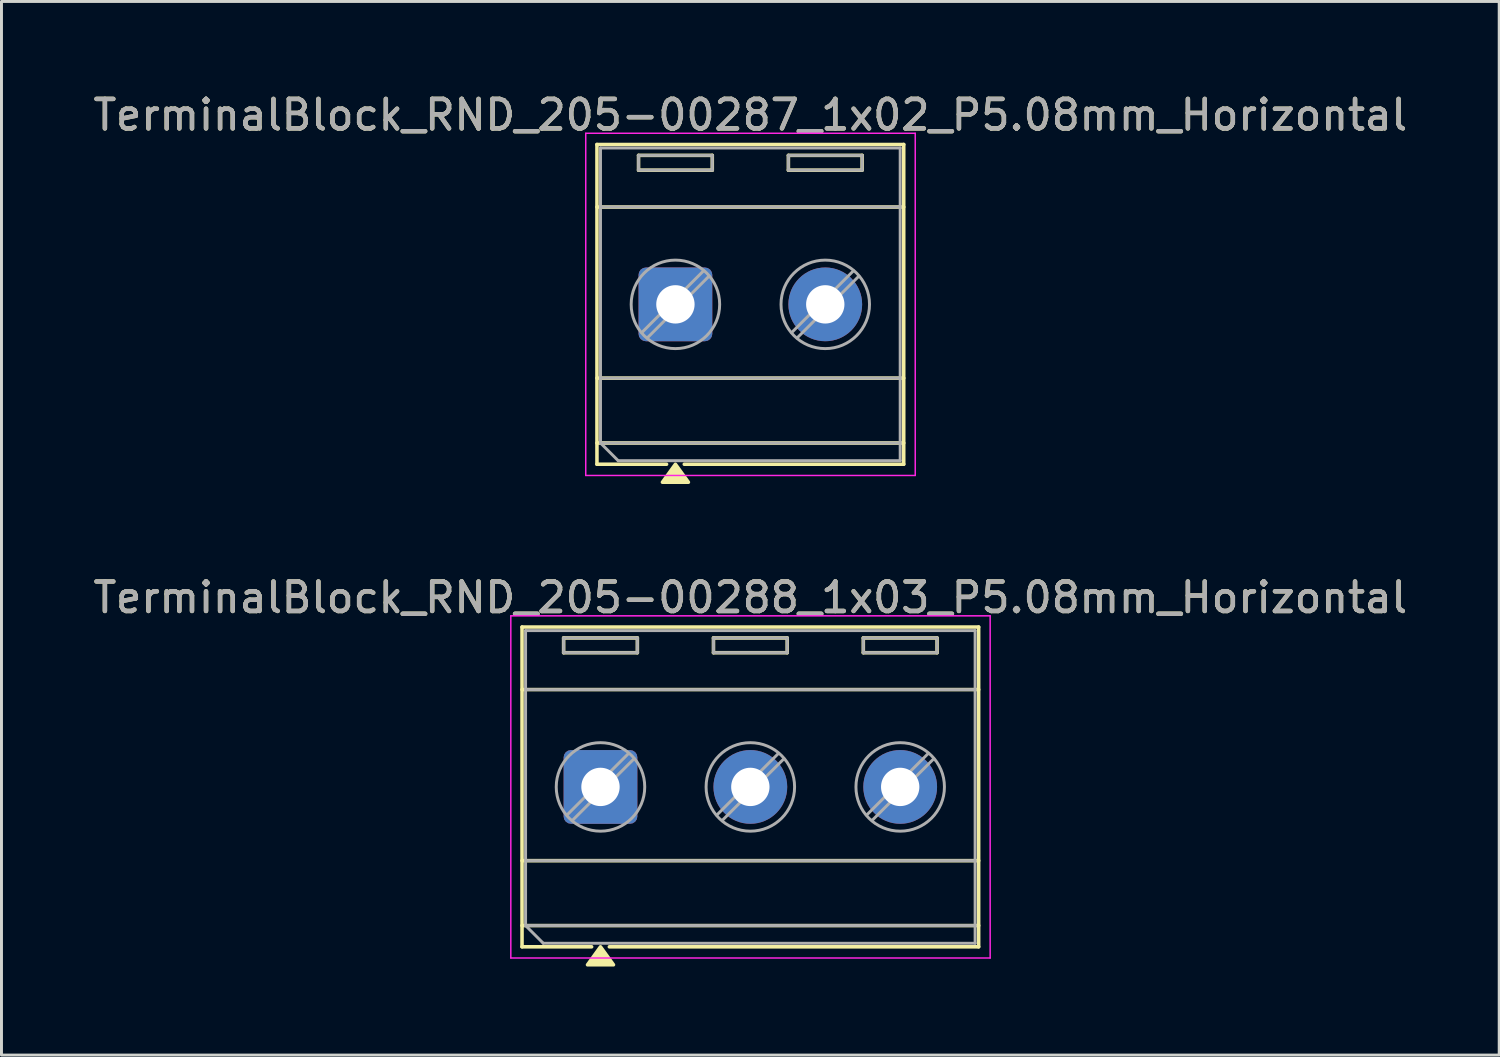
<source format=kicad_pcb>
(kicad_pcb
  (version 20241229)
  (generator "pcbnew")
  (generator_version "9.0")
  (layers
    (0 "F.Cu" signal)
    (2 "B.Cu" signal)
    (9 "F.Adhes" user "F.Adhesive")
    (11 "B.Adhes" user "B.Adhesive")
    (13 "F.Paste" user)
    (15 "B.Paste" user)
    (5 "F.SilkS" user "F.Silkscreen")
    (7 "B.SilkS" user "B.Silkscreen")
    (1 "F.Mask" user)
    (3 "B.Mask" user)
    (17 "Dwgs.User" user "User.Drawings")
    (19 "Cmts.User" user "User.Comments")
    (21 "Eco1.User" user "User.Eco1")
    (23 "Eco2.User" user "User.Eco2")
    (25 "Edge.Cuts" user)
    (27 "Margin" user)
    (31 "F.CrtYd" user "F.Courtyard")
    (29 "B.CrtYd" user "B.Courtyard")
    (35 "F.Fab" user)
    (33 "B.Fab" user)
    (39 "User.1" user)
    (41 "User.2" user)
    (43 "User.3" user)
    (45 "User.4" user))
  (footprint "TerminalBlock_RND_205-00287_1x02_P5.08mm_Horizontal"
    (layer "F.Cu")
    (at 19.847 7.268)
    (property "Reference" "TerminalBlock_RND_205-00287_1x02_P5.08mm_Horizontal" (at 2.54 -6.42 0) (layer "F.SilkS") (effects (font (size 1 1) (thickness 0.15))))
    (attr through_hole)
    (fp_line (start -2.66 -5.42) (end -2.66 5.42) (stroke (width 0.12) (type solid)) (layer "F.SilkS"))
    (fp_line (start -2.66 -5.42) (end 7.74 -5.42) (stroke (width 0.12) (type solid)) (layer "F.SilkS"))
    (fp_line (start -2.66 -3.3) (end 7.74 -3.3) (stroke (width 0.12) (type solid)) (layer "F.SilkS"))
    (fp_line (start -2.66 2.5) (end 7.74 2.5) (stroke (width 0.12) (type solid)) (layer "F.SilkS"))
    (fp_line (start -2.66 4.7) (end 7.74 4.7) (stroke (width 0.12) (type solid)) (layer "F.SilkS"))
    (fp_line (start -2.66 5.42) (end -0.3 5.42) (stroke (width 0.12) (type solid)) (layer "F.SilkS"))
    (fp_line (start -1.25 -5.05) (end -1.25 -4.55) (stroke (width 0.12) (type solid)) (layer "F.SilkS"))
    (fp_line (start -1.25 -5.05) (end 1.25 -5.05) (stroke (width 0.12) (type solid)) (layer "F.SilkS"))
    (fp_line (start -1.25 -4.55) (end 1.25 -4.55) (stroke (width 0.12) (type solid)) (layer "F.SilkS"))
    (fp_line (start 0.3 5.42) (end 7.74 5.42) (stroke (width 0.12) (type solid)) (layer "F.SilkS"))
    (fp_line (start 1.25 -5.05) (end 1.25 -4.55) (stroke (width 0.12) (type solid)) (layer "F.SilkS"))
    (fp_line (start 3.83 -5.05) (end 3.83 -4.55) (stroke (width 0.12) (type solid)) (layer "F.SilkS"))
    (fp_line (start 3.83 -5.05) (end 6.33 -5.05) (stroke (width 0.12) (type solid)) (layer "F.SilkS"))
    (fp_line (start 3.83 -4.55) (end 6.33 -4.55) (stroke (width 0.12) (type solid)) (layer "F.SilkS"))
    (fp_line (start 6.33 -5.05) (end 6.33 -4.55) (stroke (width 0.12) (type solid)) (layer "F.SilkS"))
    (fp_line (start 7.74 -5.42) (end 7.74 5.42) (stroke (width 0.12) (type solid)) (layer "F.SilkS"))
    (fp_poly (pts (xy 0 5.42) (xy 0.44 6.03) (xy -0.44 6.03)) (stroke (width 0.12) (type solid)) (fill yes) (layer "F.SilkS"))
    (fp_line (start -3.04 -5.8) (end -3.04 5.8) (stroke (width 0.05) (type solid)) (layer "F.CrtYd"))
    (fp_line (start -3.04 5.8) (end 8.13 5.8) (stroke (width 0.05) (type solid)) (layer "F.CrtYd"))
    (fp_line (start 8.13 -5.8) (end -3.04 -5.8) (stroke (width 0.05) (type solid)) (layer "F.CrtYd"))
    (fp_line (start 8.13 5.8) (end 8.13 -5.8) (stroke (width 0.05) (type solid)) (layer "F.CrtYd"))
    (fp_line (start -2.54 -5.3) (end 7.62 -5.3) (stroke (width 0.1) (type solid)) (layer "F.Fab"))
    (fp_line (start -2.54 -3.3) (end 7.62 -3.3) (stroke (width 0.1) (type solid)) (layer "F.Fab"))
    (fp_line (start -2.54 2.5) (end 7.62 2.5) (stroke (width 0.1) (type solid)) (layer "F.Fab"))
    (fp_line (start -2.54 4.7) (end -2.54 -5.3) (stroke (width 0.1) (type solid)) (layer "F.Fab"))
    (fp_line (start -2.54 4.7) (end 7.62 4.7) (stroke (width 0.1) (type solid)) (layer "F.Fab"))
    (fp_line (start -1.94 5.3) (end -2.54 4.7) (stroke (width 0.1) (type solid)) (layer "F.Fab"))
    (fp_line (start -1.25 -5.05) (end -1.25 -4.55) (stroke (width 0.1) (type solid)) (layer "F.Fab"))
    (fp_line (start -1.25 -4.55) (end 1.25 -4.55) (stroke (width 0.1) (type solid)) (layer "F.Fab"))
    (fp_line (start 0.955 -1.138) (end -1.138 0.955) (stroke (width 0.1) (type solid)) (layer "F.Fab"))
    (fp_line (start 1.138 -0.955) (end -0.955 1.138) (stroke (width 0.1) (type solid)) (layer "F.Fab"))
    (fp_line (start 1.25 -5.05) (end -1.25 -5.05) (stroke (width 0.1) (type solid)) (layer "F.Fab"))
    (fp_line (start 1.25 -4.55) (end 1.25 -5.05) (stroke (width 0.1) (type solid)) (layer "F.Fab"))
    (fp_line (start 3.83 -5.05) (end 3.83 -4.55) (stroke (width 0.1) (type solid)) (layer "F.Fab"))
    (fp_line (start 3.83 -4.55) (end 6.33 -4.55) (stroke (width 0.1) (type solid)) (layer "F.Fab"))
    (fp_line (start 6.035 -1.138) (end 3.942 0.955) (stroke (width 0.1) (type solid)) (layer "F.Fab"))
    (fp_line (start 6.218 -0.955) (end 4.125 1.138) (stroke (width 0.1) (type solid)) (layer "F.Fab"))
    (fp_line (start 6.33 -5.05) (end 3.83 -5.05) (stroke (width 0.1) (type solid)) (layer "F.Fab"))
    (fp_line (start 6.33 -4.55) (end 6.33 -5.05) (stroke (width 0.1) (type solid)) (layer "F.Fab"))
    (fp_line (start 7.62 -5.3) (end 7.62 5.3) (stroke (width 0.1) (type solid)) (layer "F.Fab"))
    (fp_line (start 7.62 5.3) (end -1.94 5.3) (stroke (width 0.1) (type solid)) (layer "F.Fab"))
    (fp_circle (center 0 0) (end 1.5 0) (stroke (width 0.1) (type solid)) (fill no) (layer "F.Fab"))
    (fp_circle (center 5.08 0) (end 6.58 0) (stroke (width 0.1) (type solid)) (fill no) (layer "F.Fab"))
    (fp_text user "${REFERENCE}" (at 2.54 -6.42 0) (layer "F.Fab") (effects (font (size 1 1) (thickness 0.15))))
    (pad "1" thru_hole roundrect (at 0 0) (size 2.5 2.5) (drill 1.3) (layers "*.Cu" "*.Mask") (roundrect_rratio 0.1))
    (pad "2" thru_hole circle (at 5.08 0) (size 2.5 2.5) (drill 1.3) (layers "*.Cu" "*.Mask")))
  (footprint "TerminalBlock_RND_205-00288_1x03_P5.08mm_Horizontal"
    (layer "F.Cu")
    (at 17.307 23.627)
    (property "Reference" "TerminalBlock_RND_205-00288_1x03_P5.08mm_Horizontal" (at 5.08 -6.42 0) (layer "F.SilkS") (effects (font (size 1 1) (thickness 0.15))))
    (attr through_hole)
    (fp_line (start -2.66 -5.42) (end -2.66 5.42) (stroke (width 0.12) (type solid)) (layer "F.SilkS"))
    (fp_line (start -2.66 -5.42) (end 12.82 -5.42) (stroke (width 0.12) (type solid)) (layer "F.SilkS"))
    (fp_line (start -2.66 -3.3) (end 12.82 -3.3) (stroke (width 0.12) (type solid)) (layer "F.SilkS"))
    (fp_line (start -2.66 2.5) (end 12.82 2.5) (stroke (width 0.12) (type solid)) (layer "F.SilkS"))
    (fp_line (start -2.66 4.7) (end 12.82 4.7) (stroke (width 0.12) (type solid)) (layer "F.SilkS"))
    (fp_line (start -2.66 5.42) (end -0.3 5.42) (stroke (width 0.12) (type solid)) (layer "F.SilkS"))
    (fp_line (start -1.25 -5.05) (end -1.25 -4.55) (stroke (width 0.12) (type solid)) (layer "F.SilkS"))
    (fp_line (start -1.25 -5.05) (end 1.25 -5.05) (stroke (width 0.12) (type solid)) (layer "F.SilkS"))
    (fp_line (start -1.25 -4.55) (end 1.25 -4.55) (stroke (width 0.12) (type solid)) (layer "F.SilkS"))
    (fp_line (start 0.3 5.42) (end 12.82 5.42) (stroke (width 0.12) (type solid)) (layer "F.SilkS"))
    (fp_line (start 1.25 -5.05) (end 1.25 -4.55) (stroke (width 0.12) (type solid)) (layer "F.SilkS"))
    (fp_line (start 3.83 -5.05) (end 3.83 -4.55) (stroke (width 0.12) (type solid)) (layer "F.SilkS"))
    (fp_line (start 3.83 -5.05) (end 6.33 -5.05) (stroke (width 0.12) (type solid)) (layer "F.SilkS"))
    (fp_line (start 3.83 -4.55) (end 6.33 -4.55) (stroke (width 0.12) (type solid)) (layer "F.SilkS"))
    (fp_line (start 6.33 -5.05) (end 6.33 -4.55) (stroke (width 0.12) (type solid)) (layer "F.SilkS"))
    (fp_line (start 8.91 -5.05) (end 8.91 -4.55) (stroke (width 0.12) (type solid)) (layer "F.SilkS"))
    (fp_line (start 8.91 -5.05) (end 11.41 -5.05) (stroke (width 0.12) (type solid)) (layer "F.SilkS"))
    (fp_line (start 8.91 -4.55) (end 11.41 -4.55) (stroke (width 0.12) (type solid)) (layer "F.SilkS"))
    (fp_line (start 11.41 -5.05) (end 11.41 -4.55) (stroke (width 0.12) (type solid)) (layer "F.SilkS"))
    (fp_line (start 12.82 -5.42) (end 12.82 5.42) (stroke (width 0.12) (type solid)) (layer "F.SilkS"))
    (fp_poly (pts (xy 0 5.42) (xy 0.44 6.03) (xy -0.44 6.03)) (stroke (width 0.12) (type solid)) (fill yes) (layer "F.SilkS"))
    (fp_line (start -3.04 -5.8) (end -3.04 5.8) (stroke (width 0.05) (type solid)) (layer "F.CrtYd"))
    (fp_line (start -3.04 5.8) (end 13.21 5.8) (stroke (width 0.05) (type solid)) (layer "F.CrtYd"))
    (fp_line (start 13.21 -5.8) (end -3.04 -5.8) (stroke (width 0.05) (type solid)) (layer "F.CrtYd"))
    (fp_line (start 13.21 5.8) (end 13.21 -5.8) (stroke (width 0.05) (type solid)) (layer "F.CrtYd"))
    (fp_line (start -2.54 -5.3) (end 12.7 -5.3) (stroke (width 0.1) (type solid)) (layer "F.Fab"))
    (fp_line (start -2.54 -3.3) (end 12.7 -3.3) (stroke (width 0.1) (type solid)) (layer "F.Fab"))
    (fp_line (start -2.54 2.5) (end 12.7 2.5) (stroke (width 0.1) (type solid)) (layer "F.Fab"))
    (fp_line (start -2.54 4.7) (end -2.54 -5.3) (stroke (width 0.1) (type solid)) (layer "F.Fab"))
    (fp_line (start -2.54 4.7) (end 12.7 4.7) (stroke (width 0.1) (type solid)) (layer "F.Fab"))
    (fp_line (start -1.94 5.3) (end -2.54 4.7) (stroke (width 0.1) (type solid)) (layer "F.Fab"))
    (fp_line (start -1.25 -5.05) (end -1.25 -4.55) (stroke (width 0.1) (type solid)) (layer "F.Fab"))
    (fp_line (start -1.25 -4.55) (end 1.25 -4.55) (stroke (width 0.1) (type solid)) (layer "F.Fab"))
    (fp_line (start 0.955 -1.138) (end -1.138 0.955) (stroke (width 0.1) (type solid)) (layer "F.Fab"))
    (fp_line (start 1.138 -0.955) (end -0.955 1.138) (stroke (width 0.1) (type solid)) (layer "F.Fab"))
    (fp_line (start 1.25 -5.05) (end -1.25 -5.05) (stroke (width 0.1) (type solid)) (layer "F.Fab"))
    (fp_line (start 1.25 -4.55) (end 1.25 -5.05) (stroke (width 0.1) (type solid)) (layer "F.Fab"))
    (fp_line (start 3.83 -5.05) (end 3.83 -4.55) (stroke (width 0.1) (type solid)) (layer "F.Fab"))
    (fp_line (start 3.83 -4.55) (end 6.33 -4.55) (stroke (width 0.1) (type solid)) (layer "F.Fab"))
    (fp_line (start 6.035 -1.138) (end 3.942 0.955) (stroke (width 0.1) (type solid)) (layer "F.Fab"))
    (fp_line (start 6.218 -0.955) (end 4.125 1.138) (stroke (width 0.1) (type solid)) (layer "F.Fab"))
    (fp_line (start 6.33 -5.05) (end 3.83 -5.05) (stroke (width 0.1) (type solid)) (layer "F.Fab"))
    (fp_line (start 6.33 -4.55) (end 6.33 -5.05) (stroke (width 0.1) (type solid)) (layer "F.Fab"))
    (fp_line (start 8.91 -5.05) (end 8.91 -4.55) (stroke (width 0.1) (type solid)) (layer "F.Fab"))
    (fp_line (start 8.91 -4.55) (end 11.41 -4.55) (stroke (width 0.1) (type solid)) (layer "F.Fab"))
    (fp_line (start 11.115 -1.138) (end 9.022 0.955) (stroke (width 0.1) (type solid)) (layer "F.Fab"))
    (fp_line (start 11.298 -0.955) (end 9.205 1.138) (stroke (width 0.1) (type solid)) (layer "F.Fab"))
    (fp_line (start 11.41 -5.05) (end 8.91 -5.05) (stroke (width 0.1) (type solid)) (layer "F.Fab"))
    (fp_line (start 11.41 -4.55) (end 11.41 -5.05) (stroke (width 0.1) (type solid)) (layer "F.Fab"))
    (fp_line (start 12.7 -5.3) (end 12.7 5.3) (stroke (width 0.1) (type solid)) (layer "F.Fab"))
    (fp_line (start 12.7 5.3) (end -1.94 5.3) (stroke (width 0.1) (type solid)) (layer "F.Fab"))
    (fp_circle (center 0 0) (end 1.5 0) (stroke (width 0.1) (type solid)) (fill no) (layer "F.Fab"))
    (fp_circle (center 5.08 0) (end 6.58 0) (stroke (width 0.1) (type solid)) (fill no) (layer "F.Fab"))
    (fp_circle (center 10.16 0) (end 11.66 0) (stroke (width 0.1) (type solid)) (fill no) (layer "F.Fab"))
    (fp_text user "${REFERENCE}" (at 5.08 -6.42 0) (layer "F.Fab") (effects (font (size 1 1) (thickness 0.15))))
    (pad "1" thru_hole roundrect (at 0 0) (size 2.5 2.5) (drill 1.3) (layers "*.Cu" "*.Mask") (roundrect_rratio 0.1))
    (pad "2" thru_hole circle (at 5.08 0) (size 2.5 2.5) (drill 1.3) (layers "*.Cu" "*.Mask"))
    (pad "3" thru_hole circle (at 10.16 0) (size 2.5 2.5) (drill 1.3) (layers "*.Cu" "*.Mask")))
  (gr_rect
    (start -3 -3)
    (end 47.774 32.717)
    (stroke (width 0.1) (type default))
    (fill no)
    (layer "Edge.Cuts")))
</source>
